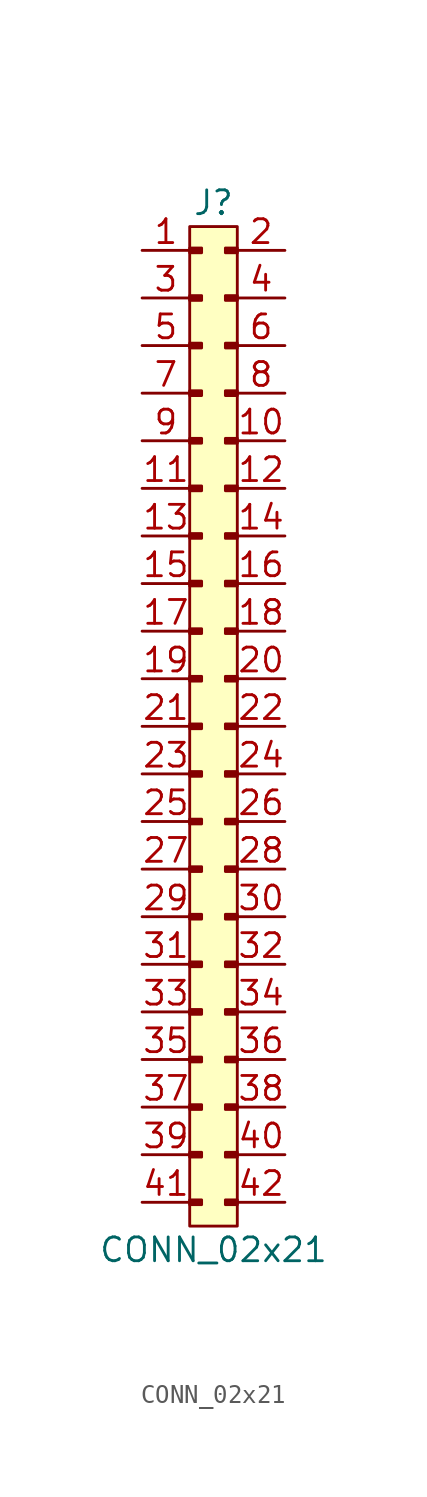
<source format=kicad_sym>
(kicad_symbol_lib
  (version 20211014)
  (generator agg_kicad.build_lib_connector)
  (symbol "CONN_02x21"
    (pin_names hide)
    (property Reference J
      (at -1.27 2.54 0)
      (effects (font (size 1.27 1.27))))
    (property Value "CONN_02x21"
      (at -1.27 -53.34 0)
      (effects (font (size 1.27 1.27))))
    (rectangle
      (start 0 -52.07)
      (end -2.54 1.27)
      (stroke (width 0) (type default) (color 0 0 0 0))
      (fill (type background)))
    (rectangle
      (start 0 0.127)
      (end -0.635 -0.127)
      (stroke (width 0) (type default) (color 0 0 0 0))
      (fill (type outline)))
    (rectangle
      (start -2.54 0.127)
      (end -1.905 -0.127)
      (stroke (width 0) (type default) (color 0 0 0 0))
      (fill (type outline)))
    (rectangle
      (start 0 -2.413)
      (end -0.635 -2.667)
      (stroke (width 0) (type default) (color 0 0 0 0))
      (fill (type outline)))
    (rectangle
      (start -2.54 -2.413)
      (end -1.905 -2.667)
      (stroke (width 0) (type default) (color 0 0 0 0))
      (fill (type outline)))
    (rectangle
      (start 0 -4.953)
      (end -0.635 -5.207)
      (stroke (width 0) (type default) (color 0 0 0 0))
      (fill (type outline)))
    (rectangle
      (start -2.54 -4.953)
      (end -1.905 -5.207)
      (stroke (width 0) (type default) (color 0 0 0 0))
      (fill (type outline)))
    (rectangle
      (start 0 -7.493)
      (end -0.635 -7.747)
      (stroke (width 0) (type default) (color 0 0 0 0))
      (fill (type outline)))
    (rectangle
      (start -2.54 -7.493)
      (end -1.905 -7.747)
      (stroke (width 0) (type default) (color 0 0 0 0))
      (fill (type outline)))
    (rectangle
      (start 0 -10.033)
      (end -0.635 -10.287)
      (stroke (width 0) (type default) (color 0 0 0 0))
      (fill (type outline)))
    (rectangle
      (start -2.54 -10.033)
      (end -1.905 -10.287)
      (stroke (width 0) (type default) (color 0 0 0 0))
      (fill (type outline)))
    (rectangle
      (start 0 -12.573)
      (end -0.635 -12.827)
      (stroke (width 0) (type default) (color 0 0 0 0))
      (fill (type outline)))
    (rectangle
      (start -2.54 -12.573)
      (end -1.905 -12.827)
      (stroke (width 0) (type default) (color 0 0 0 0))
      (fill (type outline)))
    (rectangle
      (start 0 -15.113)
      (end -0.635 -15.367)
      (stroke (width 0) (type default) (color 0 0 0 0))
      (fill (type outline)))
    (rectangle
      (start -2.54 -15.113)
      (end -1.905 -15.367)
      (stroke (width 0) (type default) (color 0 0 0 0))
      (fill (type outline)))
    (rectangle
      (start 0 -17.653)
      (end -0.635 -17.907)
      (stroke (width 0) (type default) (color 0 0 0 0))
      (fill (type outline)))
    (rectangle
      (start -2.54 -17.653)
      (end -1.905 -17.907)
      (stroke (width 0) (type default) (color 0 0 0 0))
      (fill (type outline)))
    (rectangle
      (start 0 -20.193)
      (end -0.635 -20.447)
      (stroke (width 0) (type default) (color 0 0 0 0))
      (fill (type outline)))
    (rectangle
      (start -2.54 -20.193)
      (end -1.905 -20.447)
      (stroke (width 0) (type default) (color 0 0 0 0))
      (fill (type outline)))
    (rectangle
      (start 0 -22.733)
      (end -0.635 -22.987)
      (stroke (width 0) (type default) (color 0 0 0 0))
      (fill (type outline)))
    (rectangle
      (start -2.54 -22.733)
      (end -1.905 -22.987)
      (stroke (width 0) (type default) (color 0 0 0 0))
      (fill (type outline)))
    (rectangle
      (start 0 -25.273)
      (end -0.635 -25.527)
      (stroke (width 0) (type default) (color 0 0 0 0))
      (fill (type outline)))
    (rectangle
      (start -2.54 -25.273)
      (end -1.905 -25.527)
      (stroke (width 0) (type default) (color 0 0 0 0))
      (fill (type outline)))
    (rectangle
      (start 0 -27.813)
      (end -0.635 -28.067)
      (stroke (width 0) (type default) (color 0 0 0 0))
      (fill (type outline)))
    (rectangle
      (start -2.54 -27.813)
      (end -1.905 -28.067)
      (stroke (width 0) (type default) (color 0 0 0 0))
      (fill (type outline)))
    (rectangle
      (start 0 -30.353)
      (end -0.635 -30.607)
      (stroke (width 0) (type default) (color 0 0 0 0))
      (fill (type outline)))
    (rectangle
      (start -2.54 -30.353)
      (end -1.905 -30.607)
      (stroke (width 0) (type default) (color 0 0 0 0))
      (fill (type outline)))
    (rectangle
      (start 0 -32.893)
      (end -0.635 -33.147)
      (stroke (width 0) (type default) (color 0 0 0 0))
      (fill (type outline)))
    (rectangle
      (start -2.54 -32.893)
      (end -1.905 -33.147)
      (stroke (width 0) (type default) (color 0 0 0 0))
      (fill (type outline)))
    (rectangle
      (start 0 -35.433)
      (end -0.635 -35.687)
      (stroke (width 0) (type default) (color 0 0 0 0))
      (fill (type outline)))
    (rectangle
      (start -2.54 -35.433)
      (end -1.905 -35.687)
      (stroke (width 0) (type default) (color 0 0 0 0))
      (fill (type outline)))
    (rectangle
      (start 0 -37.973)
      (end -0.635 -38.227)
      (stroke (width 0) (type default) (color 0 0 0 0))
      (fill (type outline)))
    (rectangle
      (start -2.54 -37.973)
      (end -1.905 -38.227)
      (stroke (width 0) (type default) (color 0 0 0 0))
      (fill (type outline)))
    (rectangle
      (start 0 -40.513)
      (end -0.635 -40.767)
      (stroke (width 0) (type default) (color 0 0 0 0))
      (fill (type outline)))
    (rectangle
      (start -2.54 -40.513)
      (end -1.905 -40.767)
      (stroke (width 0) (type default) (color 0 0 0 0))
      (fill (type outline)))
    (rectangle
      (start 0 -43.053)
      (end -0.635 -43.307)
      (stroke (width 0) (type default) (color 0 0 0 0))
      (fill (type outline)))
    (rectangle
      (start -2.54 -43.053)
      (end -1.905 -43.307)
      (stroke (width 0) (type default) (color 0 0 0 0))
      (fill (type outline)))
    (rectangle
      (start 0 -45.593)
      (end -0.635 -45.847)
      (stroke (width 0) (type default) (color 0 0 0 0))
      (fill (type outline)))
    (rectangle
      (start -2.54 -45.593)
      (end -1.905 -45.847)
      (stroke (width 0) (type default) (color 0 0 0 0))
      (fill (type outline)))
    (rectangle
      (start 0 -48.133)
      (end -0.635 -48.387)
      (stroke (width 0) (type default) (color 0 0 0 0))
      (fill (type outline)))
    (rectangle
      (start -2.54 -48.133)
      (end -1.905 -48.387)
      (stroke (width 0) (type default) (color 0 0 0 0))
      (fill (type outline)))
    (rectangle
      (start 0 -50.673)
      (end -0.635 -50.927)
      (stroke (width 0) (type default) (color 0 0 0 0))
      (fill (type outline)))
    (rectangle
      (start -2.54 -50.673)
      (end -1.905 -50.927)
      (stroke (width 0) (type default) (color 0 0 0 0))
      (fill (type outline)))
    (pin passive line
      (at 2.54 0 180)
      (length 2.54)
      (name "2" (effects (font (size 1.27 1.27))))
      (number "2" (effects (font (size 1.27 1.27)))))
    (pin passive line
      (at -5.08 0 0)
      (length 2.54)
      (name "1" (effects (font (size 1.27 1.27))))
      (number "1" (effects (font (size 1.27 1.27)))))
    (pin passive line
      (at 2.54 -2.54 180)
      (length 2.54)
      (name "4" (effects (font (size 1.27 1.27))))
      (number "4" (effects (font (size 1.27 1.27)))))
    (pin passive line
      (at -5.08 -2.54 0)
      (length 2.54)
      (name "3" (effects (font (size 1.27 1.27))))
      (number "3" (effects (font (size 1.27 1.27)))))
    (pin passive line
      (at 2.54 -5.08 180)
      (length 2.54)
      (name "6" (effects (font (size 1.27 1.27))))
      (number "6" (effects (font (size 1.27 1.27)))))
    (pin passive line
      (at -5.08 -5.08 0)
      (length 2.54)
      (name "5" (effects (font (size 1.27 1.27))))
      (number "5" (effects (font (size 1.27 1.27)))))
    (pin passive line
      (at 2.54 -7.62 180)
      (length 2.54)
      (name "8" (effects (font (size 1.27 1.27))))
      (number "8" (effects (font (size 1.27 1.27)))))
    (pin passive line
      (at -5.08 -7.62 0)
      (length 2.54)
      (name "7" (effects (font (size 1.27 1.27))))
      (number "7" (effects (font (size 1.27 1.27)))))
    (pin passive line
      (at 2.54 -10.16 180)
      (length 2.54)
      (name "10" (effects (font (size 1.27 1.27))))
      (number "10" (effects (font (size 1.27 1.27)))))
    (pin passive line
      (at -5.08 -10.16 0)
      (length 2.54)
      (name "9" (effects (font (size 1.27 1.27))))
      (number "9" (effects (font (size 1.27 1.27)))))
    (pin passive line
      (at 2.54 -12.7 180)
      (length 2.54)
      (name "12" (effects (font (size 1.27 1.27))))
      (number "12" (effects (font (size 1.27 1.27)))))
    (pin passive line
      (at -5.08 -12.7 0)
      (length 2.54)
      (name "11" (effects (font (size 1.27 1.27))))
      (number "11" (effects (font (size 1.27 1.27)))))
    (pin passive line
      (at 2.54 -15.24 180)
      (length 2.54)
      (name "14" (effects (font (size 1.27 1.27))))
      (number "14" (effects (font (size 1.27 1.27)))))
    (pin passive line
      (at -5.08 -15.24 0)
      (length 2.54)
      (name "13" (effects (font (size 1.27 1.27))))
      (number "13" (effects (font (size 1.27 1.27)))))
    (pin passive line
      (at 2.54 -17.78 180)
      (length 2.54)
      (name "16" (effects (font (size 1.27 1.27))))
      (number "16" (effects (font (size 1.27 1.27)))))
    (pin passive line
      (at -5.08 -17.78 0)
      (length 2.54)
      (name "15" (effects (font (size 1.27 1.27))))
      (number "15" (effects (font (size 1.27 1.27)))))
    (pin passive line
      (at 2.54 -20.32 180)
      (length 2.54)
      (name "18" (effects (font (size 1.27 1.27))))
      (number "18" (effects (font (size 1.27 1.27)))))
    (pin passive line
      (at -5.08 -20.32 0)
      (length 2.54)
      (name "17" (effects (font (size 1.27 1.27))))
      (number "17" (effects (font (size 1.27 1.27)))))
    (pin passive line
      (at 2.54 -22.86 180)
      (length 2.54)
      (name "20" (effects (font (size 1.27 1.27))))
      (number "20" (effects (font (size 1.27 1.27)))))
    (pin passive line
      (at -5.08 -22.86 0)
      (length 2.54)
      (name "19" (effects (font (size 1.27 1.27))))
      (number "19" (effects (font (size 1.27 1.27)))))
    (pin passive line
      (at 2.54 -25.4 180)
      (length 2.54)
      (name "22" (effects (font (size 1.27 1.27))))
      (number "22" (effects (font (size 1.27 1.27)))))
    (pin passive line
      (at -5.08 -25.4 0)
      (length 2.54)
      (name "21" (effects (font (size 1.27 1.27))))
      (number "21" (effects (font (size 1.27 1.27)))))
    (pin passive line
      (at 2.54 -27.94 180)
      (length 2.54)
      (name "24" (effects (font (size 1.27 1.27))))
      (number "24" (effects (font (size 1.27 1.27)))))
    (pin passive line
      (at -5.08 -27.94 0)
      (length 2.54)
      (name "23" (effects (font (size 1.27 1.27))))
      (number "23" (effects (font (size 1.27 1.27)))))
    (pin passive line
      (at 2.54 -30.48 180)
      (length 2.54)
      (name "26" (effects (font (size 1.27 1.27))))
      (number "26" (effects (font (size 1.27 1.27)))))
    (pin passive line
      (at -5.08 -30.48 0)
      (length 2.54)
      (name "25" (effects (font (size 1.27 1.27))))
      (number "25" (effects (font (size 1.27 1.27)))))
    (pin passive line
      (at 2.54 -33.02 180)
      (length 2.54)
      (name "28" (effects (font (size 1.27 1.27))))
      (number "28" (effects (font (size 1.27 1.27)))))
    (pin passive line
      (at -5.08 -33.02 0)
      (length 2.54)
      (name "27" (effects (font (size 1.27 1.27))))
      (number "27" (effects (font (size 1.27 1.27)))))
    (pin passive line
      (at 2.54 -35.56 180)
      (length 2.54)
      (name "30" (effects (font (size 1.27 1.27))))
      (number "30" (effects (font (size 1.27 1.27)))))
    (pin passive line
      (at -5.08 -35.56 0)
      (length 2.54)
      (name "29" (effects (font (size 1.27 1.27))))
      (number "29" (effects (font (size 1.27 1.27)))))
    (pin passive line
      (at 2.54 -38.1 180)
      (length 2.54)
      (name "32" (effects (font (size 1.27 1.27))))
      (number "32" (effects (font (size 1.27 1.27)))))
    (pin passive line
      (at -5.08 -38.1 0)
      (length 2.54)
      (name "31" (effects (font (size 1.27 1.27))))
      (number "31" (effects (font (size 1.27 1.27)))))
    (pin passive line
      (at 2.54 -40.64 180)
      (length 2.54)
      (name "34" (effects (font (size 1.27 1.27))))
      (number "34" (effects (font (size 1.27 1.27)))))
    (pin passive line
      (at -5.08 -40.64 0)
      (length 2.54)
      (name "33" (effects (font (size 1.27 1.27))))
      (number "33" (effects (font (size 1.27 1.27)))))
    (pin passive line
      (at 2.54 -43.18 180)
      (length 2.54)
      (name "36" (effects (font (size 1.27 1.27))))
      (number "36" (effects (font (size 1.27 1.27)))))
    (pin passive line
      (at -5.08 -43.18 0)
      (length 2.54)
      (name "35" (effects (font (size 1.27 1.27))))
      (number "35" (effects (font (size 1.27 1.27)))))
    (pin passive line
      (at 2.54 -45.72 180)
      (length 2.54)
      (name "38" (effects (font (size 1.27 1.27))))
      (number "38" (effects (font (size 1.27 1.27)))))
    (pin passive line
      (at -5.08 -45.72 0)
      (length 2.54)
      (name "37" (effects (font (size 1.27 1.27))))
      (number "37" (effects (font (size 1.27 1.27)))))
    (pin passive line
      (at 2.54 -48.26 180)
      (length 2.54)
      (name "40" (effects (font (size 1.27 1.27))))
      (number "40" (effects (font (size 1.27 1.27)))))
    (pin passive line
      (at -5.08 -48.26 0)
      (length 2.54)
      (name "39" (effects (font (size 1.27 1.27))))
      (number "39" (effects (font (size 1.27 1.27)))))
    (pin passive line
      (at 2.54 -50.8 180)
      (length 2.54)
      (name "42" (effects (font (size 1.27 1.27))))
      (number "42" (effects (font (size 1.27 1.27)))))
    (pin passive line
      (at -5.08 -50.8 0)
      (length 2.54)
      (name "41" (effects (font (size 1.27 1.27))))
      (number "41" (effects (font (size 1.27 1.27)))))))
</source>
